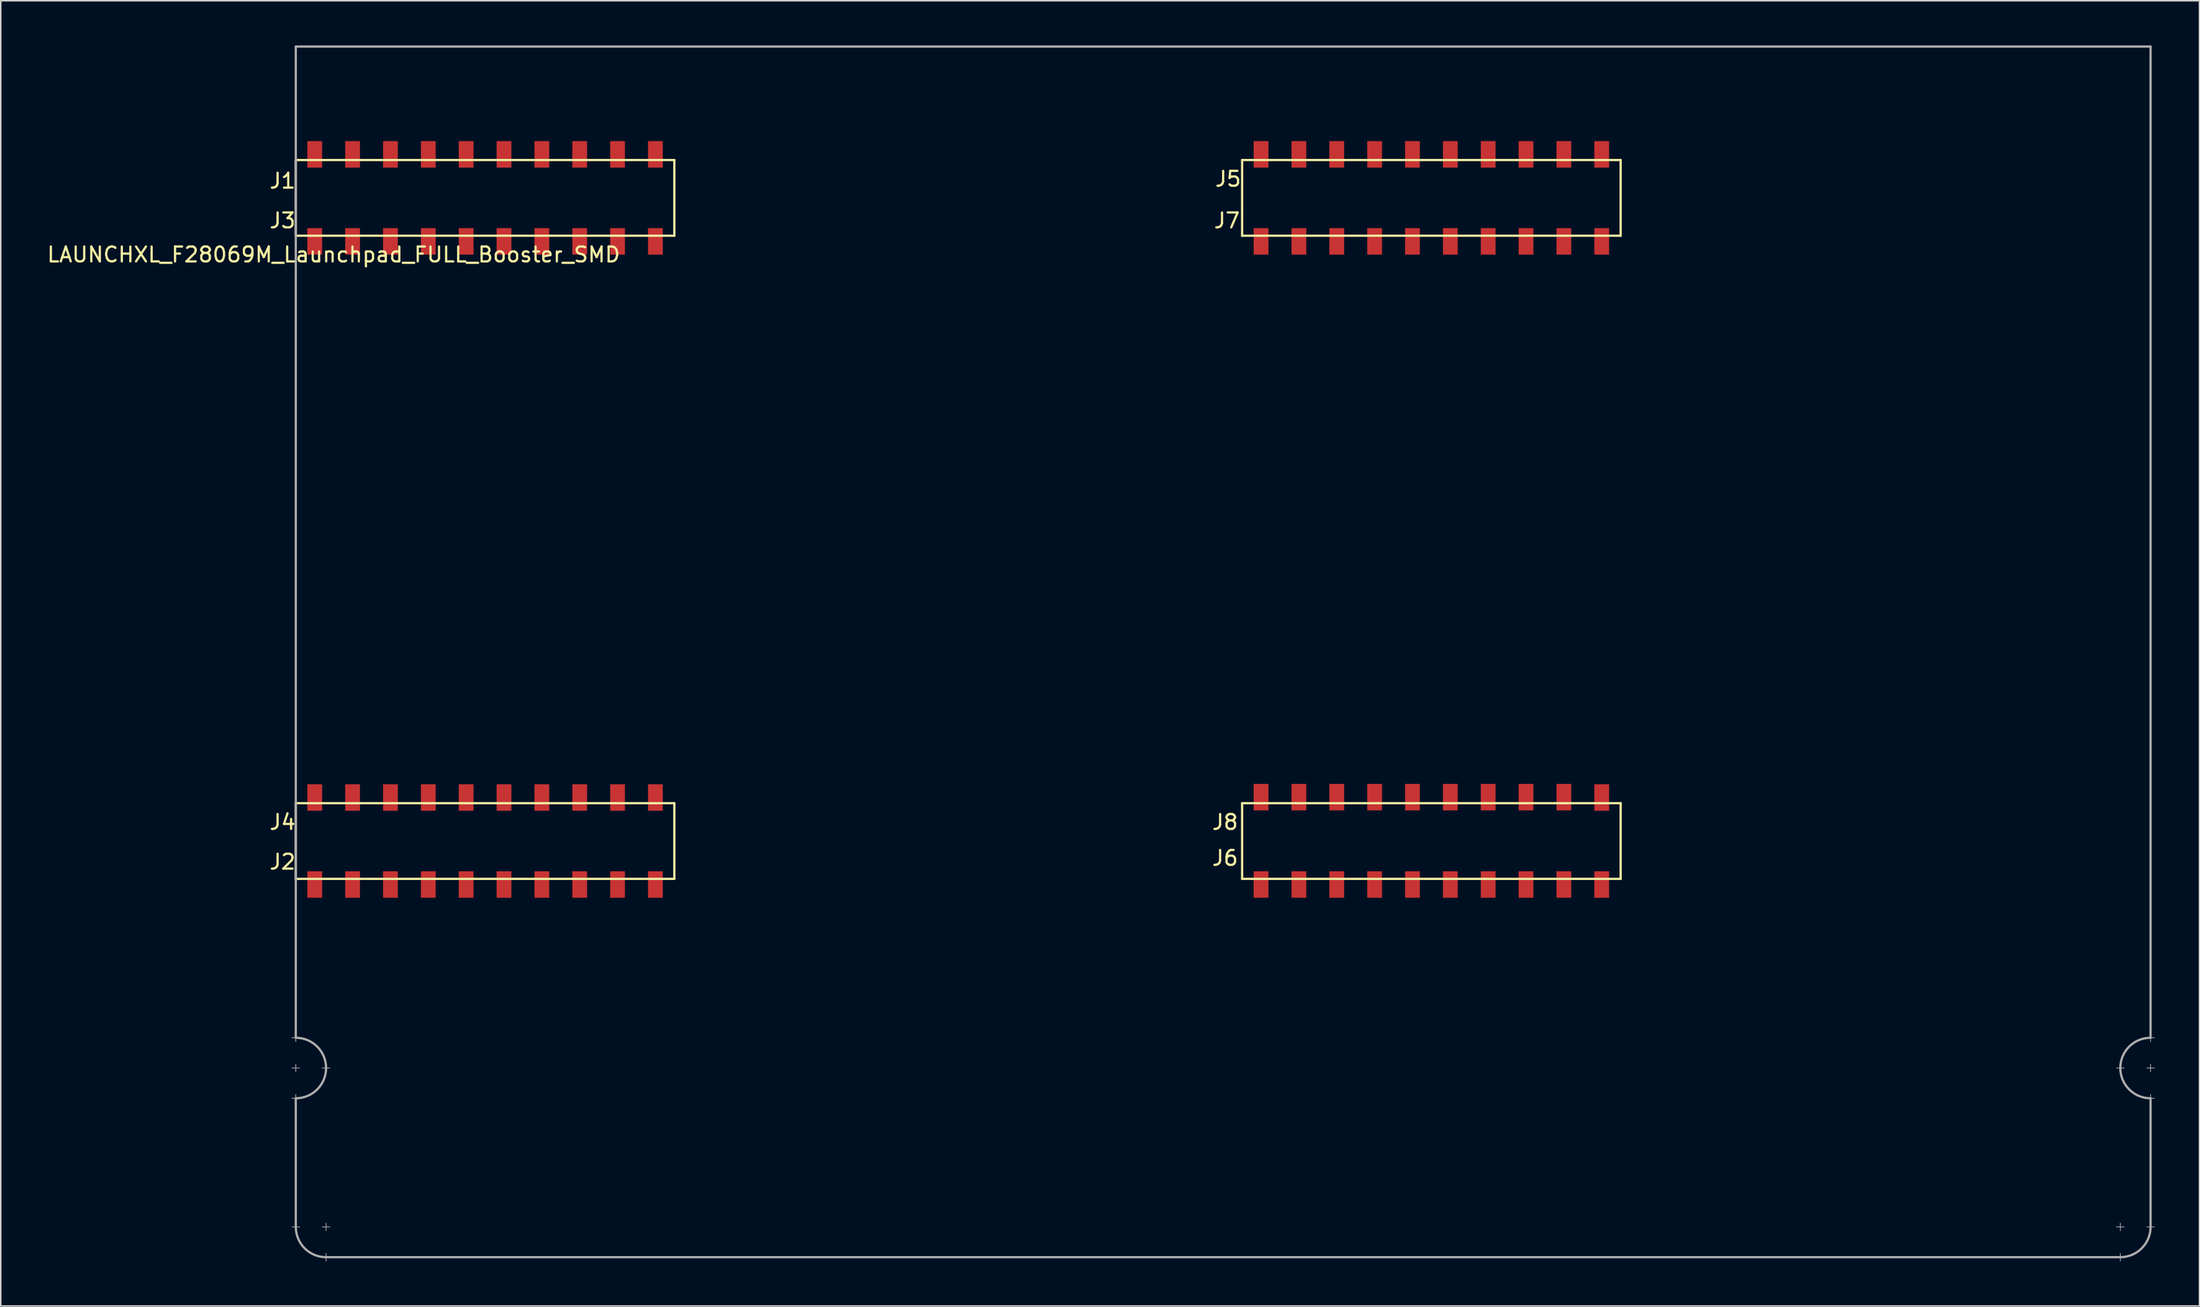
<source format=kicad_pcb>
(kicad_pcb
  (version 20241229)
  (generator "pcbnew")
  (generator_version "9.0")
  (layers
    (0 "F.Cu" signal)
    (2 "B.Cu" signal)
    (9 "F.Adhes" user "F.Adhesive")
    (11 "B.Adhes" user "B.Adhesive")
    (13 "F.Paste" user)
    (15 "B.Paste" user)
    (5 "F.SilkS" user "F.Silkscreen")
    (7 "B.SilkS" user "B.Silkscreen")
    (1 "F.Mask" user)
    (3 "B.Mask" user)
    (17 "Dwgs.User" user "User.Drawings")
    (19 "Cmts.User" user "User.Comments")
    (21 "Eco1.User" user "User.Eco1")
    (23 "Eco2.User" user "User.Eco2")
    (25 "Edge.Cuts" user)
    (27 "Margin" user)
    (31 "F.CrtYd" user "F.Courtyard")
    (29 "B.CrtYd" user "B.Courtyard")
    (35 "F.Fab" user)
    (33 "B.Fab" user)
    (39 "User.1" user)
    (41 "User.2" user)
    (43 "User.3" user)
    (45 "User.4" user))
  (footprint "LAUNCHXL_F28069M_Launchpad_FULL_Booster_SMD"
    (layer "F.Cu")
    (at 16.799 55.955)
    (property "Reference" "LAUNCHXL_F28069M_Launchpad_FULL_Booster_SMD" (at 2.54 -41.91 0) (layer "F.SilkS") (effects (font (size 1 1) (thickness 0.15))))
    (attr through_hole)
    (fp_line (start 0 -48.26) (end 0 -43.18) (stroke (width 0.15) (type solid)) (layer "F.SilkS"))
    (fp_line (start 0 -43.18) (end 25.4 -43.18) (stroke (width 0.15) (type solid)) (layer "F.SilkS"))
    (fp_line (start 0 -5.08) (end 0 0) (stroke (width 0.15) (type solid)) (layer "F.SilkS"))
    (fp_line (start 0 0) (end 25.4 0) (stroke (width 0.15) (type solid)) (layer "F.SilkS"))
    (fp_line (start 25.4 -48.26) (end 0 -48.26) (stroke (width 0.15) (type solid)) (layer "F.SilkS"))
    (fp_line (start 25.4 -43.18) (end 25.4 -48.26) (stroke (width 0.15) (type solid)) (layer "F.SilkS"))
    (fp_line (start 25.4 -5.08) (end 0 -5.08) (stroke (width 0.15) (type solid)) (layer "F.SilkS"))
    (fp_line (start 25.4 0) (end 25.4 -5.08) (stroke (width 0.15) (type solid)) (layer "F.SilkS"))
    (fp_line (start 63.5 -48.26) (end 63.5 -43.18) (stroke (width 0.15) (type solid)) (layer "F.SilkS"))
    (fp_line (start 63.5 -43.18) (end 88.9 -43.18) (stroke (width 0.15) (type solid)) (layer "F.SilkS"))
    (fp_line (start 63.5 -5.08) (end 63.5 0) (stroke (width 0.15) (type solid)) (layer "F.SilkS"))
    (fp_line (start 63.5 0) (end 88.9 0) (stroke (width 0.15) (type solid)) (layer "F.SilkS"))
    (fp_line (start 88.9 -48.26) (end 63.5 -48.26) (stroke (width 0.15) (type solid)) (layer "F.SilkS"))
    (fp_line (start 88.9 -43.18) (end 88.9 -48.26) (stroke (width 0.15) (type solid)) (layer "F.SilkS"))
    (fp_line (start 88.9 -5.08) (end 63.5 -5.08) (stroke (width 0.15) (type solid)) (layer "F.SilkS"))
    (fp_line (start 88.9 0) (end 88.9 -5.08) (stroke (width 0.15) (type solid)) (layer "F.SilkS"))
    (fp_line (start -0.254 10.668) (end 0.254 10.668) (stroke (width 0.05) (type solid)) (layer "F.Fab"))
    (fp_line (start -0.254 12.7) (end 0.254 12.7) (stroke (width 0.05) (type solid)) (layer "F.Fab"))
    (fp_line (start -0.254 14.732) (end 0.254 14.732) (stroke (width 0.05) (type solid)) (layer "F.Fab"))
    (fp_line (start 0 -55.88) (end 0 10.668) (stroke (width 0.15) (type solid)) (layer "F.Fab"))
    (fp_line (start 0 10.414) (end 0 10.922) (stroke (width 0.05) (type solid)) (layer "F.Fab"))
    (fp_line (start 0 12.446) (end 0 12.954) (stroke (width 0.05) (type solid)) (layer "F.Fab"))
    (fp_line (start 0 14.478) (end 0 14.986) (stroke (width 0.05) (type solid)) (layer "F.Fab"))
    (fp_line (start 0 14.732) (end 0 23.368) (stroke (width 0.15) (type solid)) (layer "F.Fab"))
    (fp_line (start 0 23.114) (end 0 23.622) (stroke (width 0.05) (type solid)) (layer "F.Fab"))
    (fp_line (start 0.254 23.368) (end -0.254 23.368) (stroke (width 0.05) (type solid)) (layer "F.Fab"))
    (fp_line (start 1.778 12.7) (end 2.286 12.7) (stroke (width 0.05) (type solid)) (layer "F.Fab"))
    (fp_line (start 2.032 23.114) (end 2.032 23.622) (stroke (width 0.05) (type solid)) (layer "F.Fab"))
    (fp_line (start 2.032 25.146) (end 2.032 25.654) (stroke (width 0.05) (type solid)) (layer "F.Fab"))
    (fp_line (start 2.032 25.4) (end 122.428 25.4) (stroke (width 0.15) (type solid)) (layer "F.Fab"))
    (fp_line (start 2.286 23.368) (end 1.778 23.368) (stroke (width 0.05) (type solid)) (layer "F.Fab"))
    (fp_line (start 122.174 23.368) (end 122.682 23.368) (stroke (width 0.05) (type solid)) (layer "F.Fab"))
    (fp_line (start 122.174 25.4) (end 122.682 25.4) (stroke (width 0.05) (type solid)) (layer "F.Fab"))
    (fp_line (start 122.428 23.114) (end 122.428 23.622) (stroke (width 0.05) (type solid)) (layer "F.Fab"))
    (fp_line (start 122.428 25.146) (end 122.428 25.654) (stroke (width 0.05) (type solid)) (layer "F.Fab"))
    (fp_line (start 122.682 12.7) (end 122.174 12.7) (stroke (width 0.05) (type solid)) (layer "F.Fab"))
    (fp_line (start 124.206 23.368) (end 124.714 23.368) (stroke (width 0.05) (type solid)) (layer "F.Fab"))
    (fp_line (start 124.46 -55.88) (end 0 -55.88) (stroke (width 0.15) (type solid)) (layer "F.Fab"))
    (fp_line (start 124.46 10.668) (end 124.46 -55.88) (stroke (width 0.15) (type solid)) (layer "F.Fab"))
    (fp_line (start 124.46 10.922) (end 124.46 10.414) (stroke (width 0.05) (type solid)) (layer "F.Fab"))
    (fp_line (start 124.46 12.954) (end 124.46 12.446) (stroke (width 0.05) (type solid)) (layer "F.Fab"))
    (fp_line (start 124.46 14.732) (end 124.46 23.368) (stroke (width 0.15) (type solid)) (layer "F.Fab"))
    (fp_line (start 124.46 14.986) (end 124.46 14.478) (stroke (width 0.05) (type solid)) (layer "F.Fab"))
    (fp_line (start 124.714 10.668) (end 124.206 10.668) (stroke (width 0.05) (type solid)) (layer "F.Fab"))
    (fp_line (start 124.714 12.7) (end 124.206 12.7) (stroke (width 0.05) (type solid)) (layer "F.Fab"))
    (fp_line (start 124.714 14.732) (end 124.206 14.732) (stroke (width 0.05) (type solid)) (layer "F.Fab"))
    (fp_arc (start 0 10.668) (mid 1.436841 11.263159) (end 2.032 12.7) (stroke (width 0.15) (type solid)) (layer "F.Fab"))
    (fp_arc (start 2.032 12.7) (mid 1.436841 14.136841) (end 0 14.732) (stroke (width 0.15) (type solid)) (layer "F.Fab"))
    (fp_arc (start 2.032 25.4) (mid 0.595159 24.804841) (end 0 23.368) (stroke (width 0.15) (type solid)) (layer "F.Fab"))
    (fp_arc (start 122.428 12.7) (mid 123.023159 11.263159) (end 124.46 10.668) (stroke (width 0.15) (type solid)) (layer "F.Fab"))
    (fp_arc (start 124.46 14.732) (mid 123.023159 14.136841) (end 122.428 12.7) (stroke (width 0.15) (type solid)) (layer "F.Fab"))
    (fp_arc (start 124.46 23.368) (mid 123.864841 24.804841) (end 122.428 25.4) (stroke (width 0.15) (type solid)) (layer "F.Fab"))
    (fp_text user "J8" (at 62.357 -3.81 0) (layer "F.SilkS") (effects (font (size 1 1) (thickness 0.15))))
    (fp_text user "J3" (at -0.889 -44.196 0) (layer "F.SilkS") (effects (font (size 1 1) (thickness 0.15))))
    (fp_text user "J5" (at 62.56 -46.99 0) (layer "F.SilkS") (effects (font (size 1 1) (thickness 0.15))))
    (fp_text user "J7" (at 62.484 -44.196 0) (layer "F.SilkS") (effects (font (size 1 1) (thickness 0.15))))
    (fp_text user "J4" (at -0.889 -3.81 0) (layer "F.SilkS") (effects (font (size 1 1) (thickness 0.15))))
    (fp_text user "J2" (at -0.889 -1.143 0) (layer "F.SilkS") (effects (font (size 1 1) (thickness 0.15))))
    (fp_text user "J6" (at 62.357 -1.397 0) (layer "F.SilkS") (effects (font (size 1 1) (thickness 0.15))))
    (fp_text user "J1" (at -0.889 -46.863 0) (layer "F.SilkS") (effects (font (size 1 1) (thickness 0.15))))
    (pad "+3V3" smd rect (at 24.13 -48.641) (size 0.991 1.778) (layers "F.Cu" "F.Mask" "F.Paste"))
    (pad "+3V3" smd rect (at 87.63 -48.641) (size 0.991 1.778) (layers "F.Cu" "F.Mask" "F.Paste"))
    (pad "+5V" smd rect (at 24.13 -42.799) (size 0.991 1.778) (layers "F.Cu" "F.Mask" "F.Paste"))
    (pad "+5V" smd rect (at 87.63 -42.799) (size 0.991 1.778) (layers "F.Cu" "F.Mask" "F.Paste"))
    (pad "A_A0" smd rect (at 8.89 -42.799) (size 0.991 1.778) (layers "F.Cu" "F.Mask" "F.Paste"))
    (pad "A_A1" smd rect (at 3.81 -42.799) (size 0.991 1.778) (layers "F.Cu" "F.Mask" "F.Paste"))
    (pad "A_A2" smd rect (at 13.97 -42.799) (size 0.991 1.778) (layers "F.Cu" "F.Mask" "F.Paste"))
    (pad "A_A3" smd rect (at 72.39 -42.799) (size 0.991 1.778) (layers "F.Cu" "F.Mask" "F.Paste"))
    (pad "A_A4" smd rect (at 67.31 -42.799) (size 0.991 1.778) (layers "F.Cu" "F.Mask" "F.Paste"))
    (pad "A_A5" smd rect (at 77.47 -42.799) (size 0.991 1.778) (layers "F.Cu" "F.Mask" "F.Paste"))
    (pad "A_A6" smd rect (at 21.59 -48.641) (size 0.991 1.778) (layers "F.Cu" "F.Mask" "F.Paste"))
    (pad "A_A7" smd rect (at 19.05 -42.799) (size 0.991 1.778) (layers "F.Cu" "F.Mask" "F.Paste"))
    (pad "A_B0" smd rect (at 6.35 -42.799) (size 0.991 1.778) (layers "F.Cu" "F.Mask" "F.Paste"))
    (pad "A_B1" smd rect (at 16.51 -42.799) (size 0.991 1.778) (layers "F.Cu" "F.Mask" "F.Paste"))
    (pad "A_B2" smd rect (at 11.43 -42.799) (size 0.991 1.778) (layers "F.Cu" "F.Mask" "F.Paste"))
    (pad "A_B3" smd rect (at 69.85 -42.799) (size 0.991 1.778) (layers "F.Cu" "F.Mask" "F.Paste"))
    (pad "A_B4" smd rect (at 80.01 -42.799) (size 0.991 1.778) (layers "F.Cu" "F.Mask" "F.Paste"))
    (pad "A_B5" smd rect (at 74.93 -42.799) (size 0.991 1.778) (layers "F.Cu" "F.Mask" "F.Paste"))
    (pad "A_B6" smd rect (at 11.43 -48.641) (size 0.991 1.778) (layers "F.Cu" "F.Mask" "F.Paste"))
    (pad "A_B7" smd rect (at 82.55 -42.799) (size 0.991 1.778) (layers "F.Cu" "F.Mask" "F.Paste"))
    (pad "DAC1" smd rect (at 3.81 -5.461) (size 0.991 1.778) (layers "F.Cu" "F.Mask" "F.Paste"))
    (pad "DAC2" smd rect (at 1.27 -5.461) (size 0.991 1.778) (layers "F.Cu" "F.Mask" "F.Paste"))
    (pad "DAC3" smd rect (at 67.31 -5.486) (size 0.991 1.778) (layers "F.Cu" "F.Mask" "F.Paste"))
    (pad "DAC4" smd rect (at 64.77 -5.486) (size 0.991 1.778) (layers "F.Cu" "F.Mask" "F.Paste"))
    (pad "GND" smd rect (at 21.59 -42.799) (size 0.991 1.778) (layers "F.Cu" "F.Mask" "F.Paste"))
    (pad "GND" smd rect (at 24.13 0.381) (size 0.991 1.778) (layers "F.Cu" "F.Mask" "F.Paste"))
    (pad "GND" smd rect (at 85.09 -42.799) (size 0.991 1.778) (layers "F.Cu" "F.Mask" "F.Paste"))
    (pad "GND" smd rect (at 87.63 0.381) (size 0.991 1.778) (layers "F.Cu" "F.Mask" "F.Paste"))
    (pad "NC" smd rect (at 1.27 -42.799) (size 0.991 1.778) (layers "F.Cu" "F.Mask" "F.Paste"))
    (pad "NC" smd rect (at 6.35 -5.461) (size 0.991 1.778) (layers "F.Cu" "F.Mask" "F.Paste"))
    (pad "NC" smd rect (at 16.51 0.381) (size 0.991 1.778) (layers "F.Cu" "F.Mask" "F.Paste"))
    (pad "NC" smd rect (at 64.77 -42.799) (size 0.991 1.778) (layers "F.Cu" "F.Mask" "F.Paste"))
    (pad "NC" smd rect (at 69.85 -5.486) (size 0.991 1.778) (layers "F.Cu" "F.Mask" "F.Paste"))
    (pad "NC" smd rect (at 72.39 -5.486) (size 0.991 1.778) (layers "F.Cu" "F.Mask" "F.Paste"))
    (pad "NC" smd rect (at 74.93 -48.641) (size 0.991 1.778) (layers "F.Cu" "F.Mask" "F.Paste"))
    (pad "NC" smd rect (at 80.01 0.381) (size 0.991 1.778) (layers "F.Cu" "F.Mask" "F.Paste"))
    (pad "NC" smd rect (at 85.09 -48.641) (size 0.991 1.778) (layers "F.Cu" "F.Mask" "F.Paste"))
    (pad "P_0" smd rect (at 24.13 -5.461) (size 0.991 1.778) (layers "F.Cu" "F.Mask" "F.Paste"))
    (pad "P_1" smd rect (at 21.59 -5.461) (size 0.991 1.778) (layers "F.Cu" "F.Mask" "F.Paste"))
    (pad "P_2" smd rect (at 19.05 -5.461) (size 0.991 1.778) (layers "F.Cu" "F.Mask" "F.Paste"))
    (pad "P_3" smd rect (at 16.51 -5.461) (size 0.991 1.778) (layers "F.Cu" "F.Mask" "F.Paste"))
    (pad "P_4" smd rect (at 13.97 -5.461) (size 0.991 1.778) (layers "F.Cu" "F.Mask" "F.Paste"))
    (pad "P_5" smd rect (at 11.43 -5.461) (size 0.991 1.778) (layers "F.Cu" "F.Mask" "F.Paste"))
    (pad "P_6" smd rect (at 87.63 -5.461) (size 0.991 1.778) (layers "F.Cu" "F.Mask" "F.Paste"))
    (pad "P_7" smd rect (at 85.09 -5.486) (size 0.991 1.778) (layers "F.Cu" "F.Mask" "F.Paste"))
    (pad "P_8" smd rect (at 82.55 -5.486) (size 0.991 1.778) (layers "F.Cu" "F.Mask" "F.Paste"))
    (pad "P_9" smd rect (at 80.01 -5.486) (size 0.991 1.778) (layers "F.Cu" "F.Mask" "F.Paste"))
    (pad "P_10" smd rect (at 77.47 -5.486) (size 0.991 1.778) (layers "F.Cu" "F.Mask" "F.Paste"))
    (pad "P_11" smd rect (at 74.93 -5.486) (size 0.991 1.778) (layers "F.Cu" "F.Mask" "F.Paste"))
    (pad "P_12" smd rect (at 13.97 -48.641) (size 0.991 1.778) (layers "F.Cu" "F.Mask" "F.Paste"))
    (pad "P_13" smd rect (at 8.89 -5.461) (size 0.991 1.778) (layers "F.Cu" "F.Mask" "F.Paste"))
    (pad "P_14" smd rect (at 72.39 -48.641) (size 0.991 1.778) (layers "F.Cu" "F.Mask" "F.Paste"))
    (pad "P_15" smd rect (at 82.55 -48.641) (size 0.991 1.778) (layers "F.Cu" "F.Mask" "F.Paste"))
    (pad "P_16" smd rect (at 11.43 0.381) (size 0.991 1.778) (layers "F.Cu" "F.Mask" "F.Paste"))
    (pad "P_17" smd rect (at 8.89 0.381) (size 0.991 1.778) (layers "F.Cu" "F.Mask" "F.Paste"))
    (pad "P_18" smd rect (at 8.89 -48.641) (size 0.991 1.778) (layers "F.Cu" "F.Mask" "F.Paste"))
    (pad "P_19" smd rect (at 21.59 0.381) (size 0.991 1.778) (layers "F.Cu" "F.Mask" "F.Paste"))
    (pad "P_20" smd rect (at 77.47 -48.641) (size 0.991 1.778) (layers "F.Cu" "F.Mask" "F.Paste"))
    (pad "P_21" smd rect (at 69.85 -48.641) (size 0.991 1.778) (layers "F.Cu" "F.Mask" "F.Paste"))
    (pad "P_22" smd rect (at 6.35 -48.641) (size 0.991 1.778) (layers "F.Cu" "F.Mask" "F.Paste"))
    (pad "P_23" smd rect (at 67.31 -48.641) (size 0.991 1.778) (layers "F.Cu" "F.Mask" "F.Paste"))
    (pad "P_24" smd rect (at 74.93 0.381) (size 0.991 1.778) (layers "F.Cu" "F.Mask" "F.Paste"))
    (pad "P_25" smd rect (at 72.39 0.381) (size 0.991 1.778) (layers "F.Cu" "F.Mask" "F.Paste"))
    (pad "P_26" smd rect (at 82.55 0.381) (size 0.991 1.778) (layers "F.Cu" "F.Mask" "F.Paste"))
    (pad "P_27" smd rect (at 85.09 0.381) (size 0.991 1.778) (layers "F.Cu" "F.Mask" "F.Paste"))
    (pad "P_28" smd rect (at 19.05 -48.641) (size 0.991 1.778) (layers "F.Cu" "F.Mask" "F.Paste"))
    (pad "P_29" smd rect (at 16.51 -48.641) (size 0.991 1.778) (layers "F.Cu" "F.Mask" "F.Paste"))
    (pad "P_32" smd rect (at 1.27 -48.641) (size 0.991 1.778) (layers "F.Cu" "F.Mask" "F.Paste"))
    (pad "P_33" smd rect (at 3.81 -48.641) (size 0.991 1.778) (layers "F.Cu" "F.Mask" "F.Paste"))
    (pad "P_44" smd rect (at 19.05 0.381) (size 0.991 1.778) (layers "F.Cu" "F.Mask" "F.Paste"))
    (pad "P_50" smd rect (at 6.35 0.381) (size 0.991 1.778) (layers "F.Cu" "F.Mask" "F.Paste"))
    (pad "P_51" smd rect (at 3.81 0.381) (size 0.991 1.778) (layers "F.Cu" "F.Mask" "F.Paste"))
    (pad "P_52" smd rect (at 69.85 0.381) (size 0.991 1.778) (layers "F.Cu" "F.Mask" "F.Paste"))
    (pad "P_53" smd rect (at 67.31 0.381) (size 0.991 1.778) (layers "F.Cu" "F.Mask" "F.Paste"))
    (pad "P_54" smd rect (at 64.77 -48.641) (size 0.991 1.778) (layers "F.Cu" "F.Mask" "F.Paste"))
    (pad "P_55" smd rect (at 1.27 0.381) (size 0.991 1.778) (layers "F.Cu" "F.Mask" "F.Paste"))
    (pad "P_56" smd rect (at 64.77 0.381) (size 0.991 1.778) (layers "F.Cu" "F.Mask" "F.Paste"))
    (pad "P_58" smd rect (at 80.01 -48.641) (size 0.991 1.778) (layers "F.Cu" "F.Mask" "F.Paste"))
    (pad "Rese" smd rect (at 13.97 0.381) (size 0.991 1.778) (layers "F.Cu" "F.Mask" "F.Paste"))
    (pad "Rese" smd rect (at 77.47 0.381) (size 0.991 1.778) (layers "F.Cu" "F.Mask" "F.Paste")))
  (gr_rect
    (start -3 -3)
    (end 144.538 84.634)
    (stroke (width 0.1) (type default))
    (fill no)
    (layer "Edge.Cuts")))
</source>
